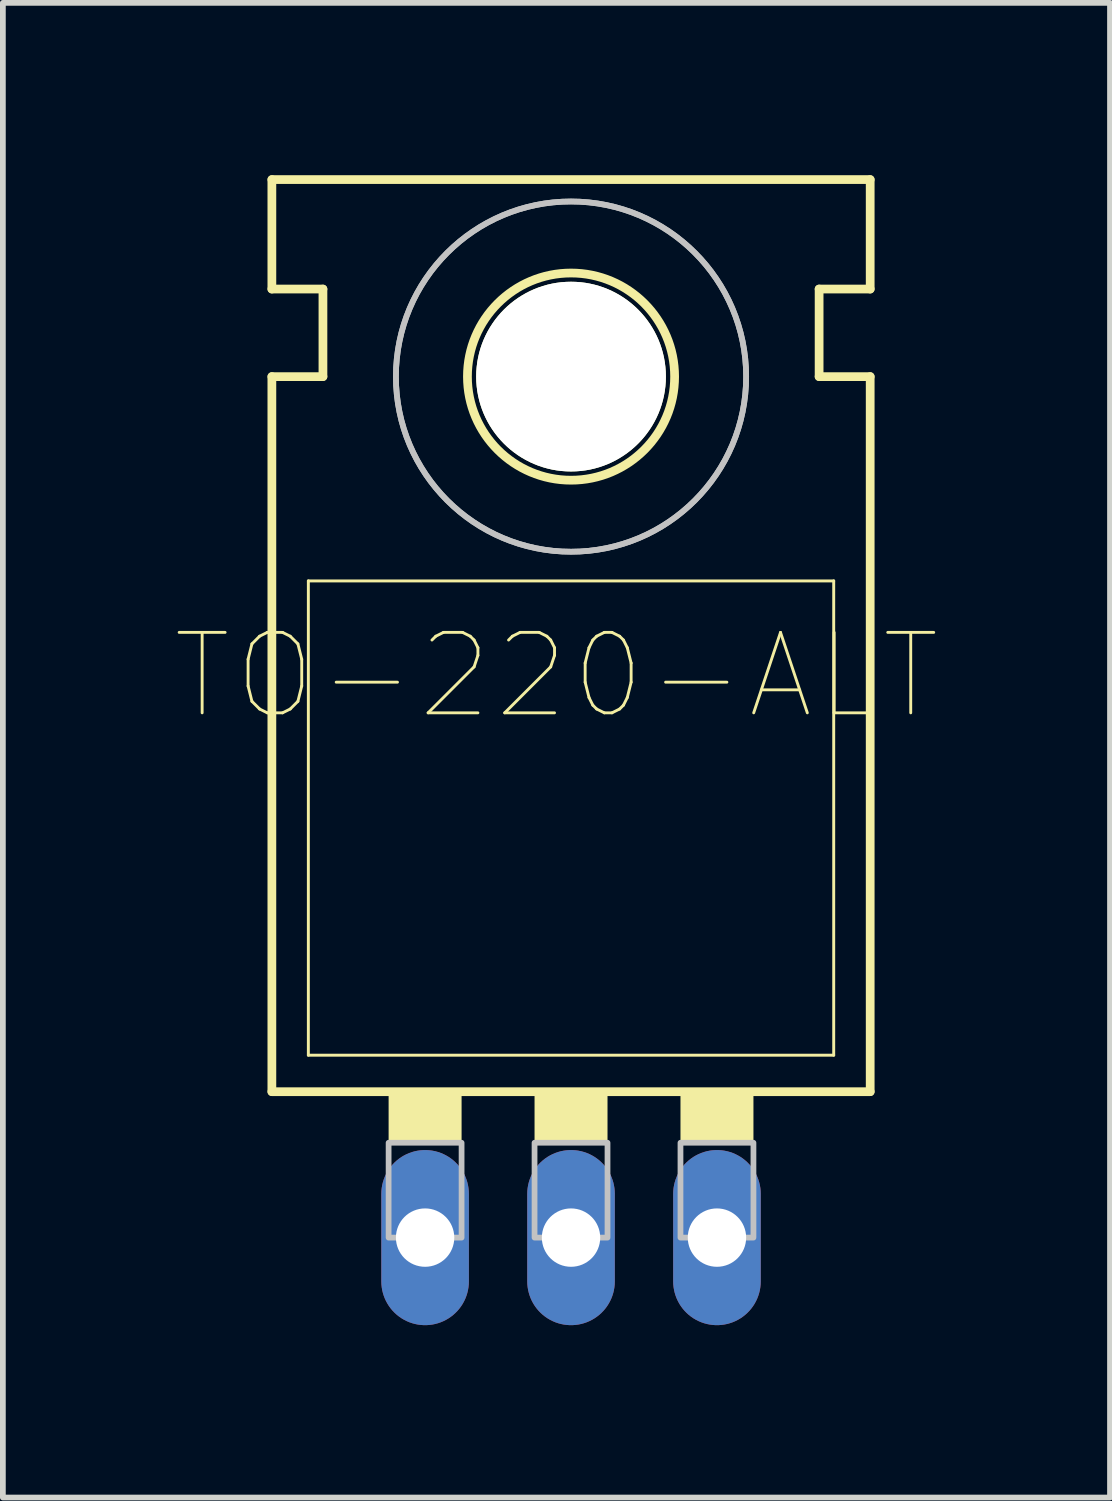
<source format=kicad_pcb>
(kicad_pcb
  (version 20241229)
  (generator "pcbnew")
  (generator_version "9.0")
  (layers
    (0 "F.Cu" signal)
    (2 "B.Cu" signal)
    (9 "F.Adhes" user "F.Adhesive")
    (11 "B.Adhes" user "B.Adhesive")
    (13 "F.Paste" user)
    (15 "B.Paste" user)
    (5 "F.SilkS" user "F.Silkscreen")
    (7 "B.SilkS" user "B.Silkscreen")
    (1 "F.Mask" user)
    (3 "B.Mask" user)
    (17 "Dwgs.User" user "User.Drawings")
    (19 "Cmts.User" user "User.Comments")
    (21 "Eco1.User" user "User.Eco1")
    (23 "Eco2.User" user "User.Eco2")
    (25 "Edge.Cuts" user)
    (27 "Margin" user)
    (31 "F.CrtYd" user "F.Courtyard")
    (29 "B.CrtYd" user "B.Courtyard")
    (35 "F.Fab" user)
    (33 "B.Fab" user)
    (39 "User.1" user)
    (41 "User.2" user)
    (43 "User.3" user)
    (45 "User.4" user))
  (footprint "TO-220-ALT"
    (layer "F.Cu")
    (at 6.889 14.681)
    (property "Reference" "TO-220-ALT" (at -0.254 -5.969 0) (layer "F.SilkS") (effects (font (size 1.4 1.4) (thickness 0.05))))
    (attr through_hole)
    (fp_line (start -5.207 -12.7) (end -5.207 -14.605) (stroke (width 0.152) (type solid)) (layer "F.SilkS"))
    (fp_line (start -5.207 -11.176) (end -4.318 -11.176) (stroke (width 0.152) (type solid)) (layer "F.SilkS"))
    (fp_line (start -5.207 1.27) (end -5.207 -11.176) (stroke (width 0.152) (type solid)) (layer "F.SilkS"))
    (fp_line (start -5.207 1.27) (end 5.207 1.27) (stroke (width 0.152) (type solid)) (layer "F.SilkS"))
    (fp_line (start -4.572 0.635) (end -4.572 -7.62) (stroke (width 0.051) (type solid)) (layer "F.SilkS"))
    (fp_line (start -4.572 0.635) (end 4.572 0.635) (stroke (width 0.051) (type solid)) (layer "F.SilkS"))
    (fp_line (start -4.318 -12.7) (end -5.207 -12.7) (stroke (width 0.152) (type solid)) (layer "F.SilkS"))
    (fp_line (start -4.318 -11.176) (end -4.318 -12.7) (stroke (width 0.152) (type solid)) (layer "F.SilkS"))
    (fp_line (start 4.318 -12.7) (end 5.207 -12.7) (stroke (width 0.152) (type solid)) (layer "F.SilkS"))
    (fp_line (start 4.318 -11.176) (end 4.318 -12.7) (stroke (width 0.152) (type solid)) (layer "F.SilkS"))
    (fp_line (start 4.572 -7.62) (end -4.572 -7.62) (stroke (width 0.051) (type solid)) (layer "F.SilkS"))
    (fp_line (start 4.572 -7.62) (end 4.572 0.635) (stroke (width 0.051) (type solid)) (layer "F.SilkS"))
    (fp_line (start 5.207 -14.605) (end -5.207 -14.605) (stroke (width 0.152) (type solid)) (layer "F.SilkS"))
    (fp_line (start 5.207 -12.7) (end 5.207 -14.605) (stroke (width 0.152) (type solid)) (layer "F.SilkS"))
    (fp_line (start 5.207 -11.176) (end 4.318 -11.176) (stroke (width 0.152) (type solid)) (layer "F.SilkS"))
    (fp_line (start 5.207 1.27) (end 5.207 -11.176) (stroke (width 0.152) (type solid)) (layer "F.SilkS"))
    (fp_circle (center 0 -11.176) (end 1.803 -11.176) (stroke (width 0.152) (type solid)) (fill no) (layer "F.SilkS"))
    (fp_poly (pts (xy -3.175 1.27) (xy -1.905 1.27) (xy -1.905 2.159) (xy -3.175 2.159)) (stroke (width 0) (type solid)) (fill yes) (layer "F.SilkS"))
    (fp_poly (pts (xy -0.635 1.27) (xy 0.635 1.27) (xy 0.635 2.159) (xy -0.635 2.159)) (stroke (width 0) (type solid)) (fill yes) (layer "F.SilkS"))
    (fp_poly (pts (xy 1.905 1.27) (xy 3.175 1.27) (xy 3.175 2.159) (xy 1.905 2.159)) (stroke (width 0) (type solid)) (fill yes) (layer "F.SilkS"))
    (fp_circle (center 0 -11.176) (end 3.048 -11.176) (stroke (width 0.1) (type solid)) (fill no) (layer "Dwgs.User"))
    (fp_circle (center 0 -11.176) (end 3.048 -11.176) (stroke (width 0.1) (type solid)) (fill no) (layer "Dwgs.User"))
    (fp_poly (pts (xy -3.175 2.159) (xy -1.905 2.159) (xy -1.905 3.81) (xy -3.175 3.81)) (stroke (width 0.1) (type solid)) (fill no) (layer "Dwgs.User"))
    (fp_poly (pts (xy -0.635 2.159) (xy 0.635 2.159) (xy 0.635 3.81) (xy -0.635 3.81)) (stroke (width 0.1) (type solid)) (fill no) (layer "Dwgs.User"))
    (fp_poly (pts (xy 1.905 2.159) (xy 3.175 2.159) (xy 3.175 3.81) (xy 1.905 3.81)) (stroke (width 0.1) (type solid)) (fill no) (layer "Dwgs.User"))
    (fp_text user "O" (at 2.032 0 0) (layer "Edge.Cuts") (effects (font (size 1 1) (thickness 0.05))))
    (fp_text user "-" (at -0.508 0 0) (layer "Edge.Cuts") (effects (font (size 1 1) (thickness 0.05))))
    (fp_text user "I" (at -3.048 0 0) (layer "Edge.Cuts") (effects (font (size 1 1) (thickness 0.05))))
    (pad "" np_thru_hole circle (at 0 -11.176) (size 3.302 3.302) (drill 3.302) (layers "*.Cu" "*.Mask" "F.SilkS"))
    (pad "1" thru_hole oval (at 0 3.81 90) (size 3.048 1.524) (drill 1.016) (layers "*.Cu" "*.Mask"))
    (pad "2" thru_hole oval (at -2.54 3.81 90) (size 3.048 1.524) (drill 1.016) (layers "*.Cu" "*.Mask"))
    (pad "3" thru_hole oval (at 2.54 3.81 90) (size 3.048 1.524) (drill 1.016) (layers "*.Cu" "*.Mask")))
  (gr_rect
    (start -3 -3)
    (end 16.27 23.015)
    (stroke (width 0.1) (type default))
    (fill no)
    (layer "Edge.Cuts")))
</source>
